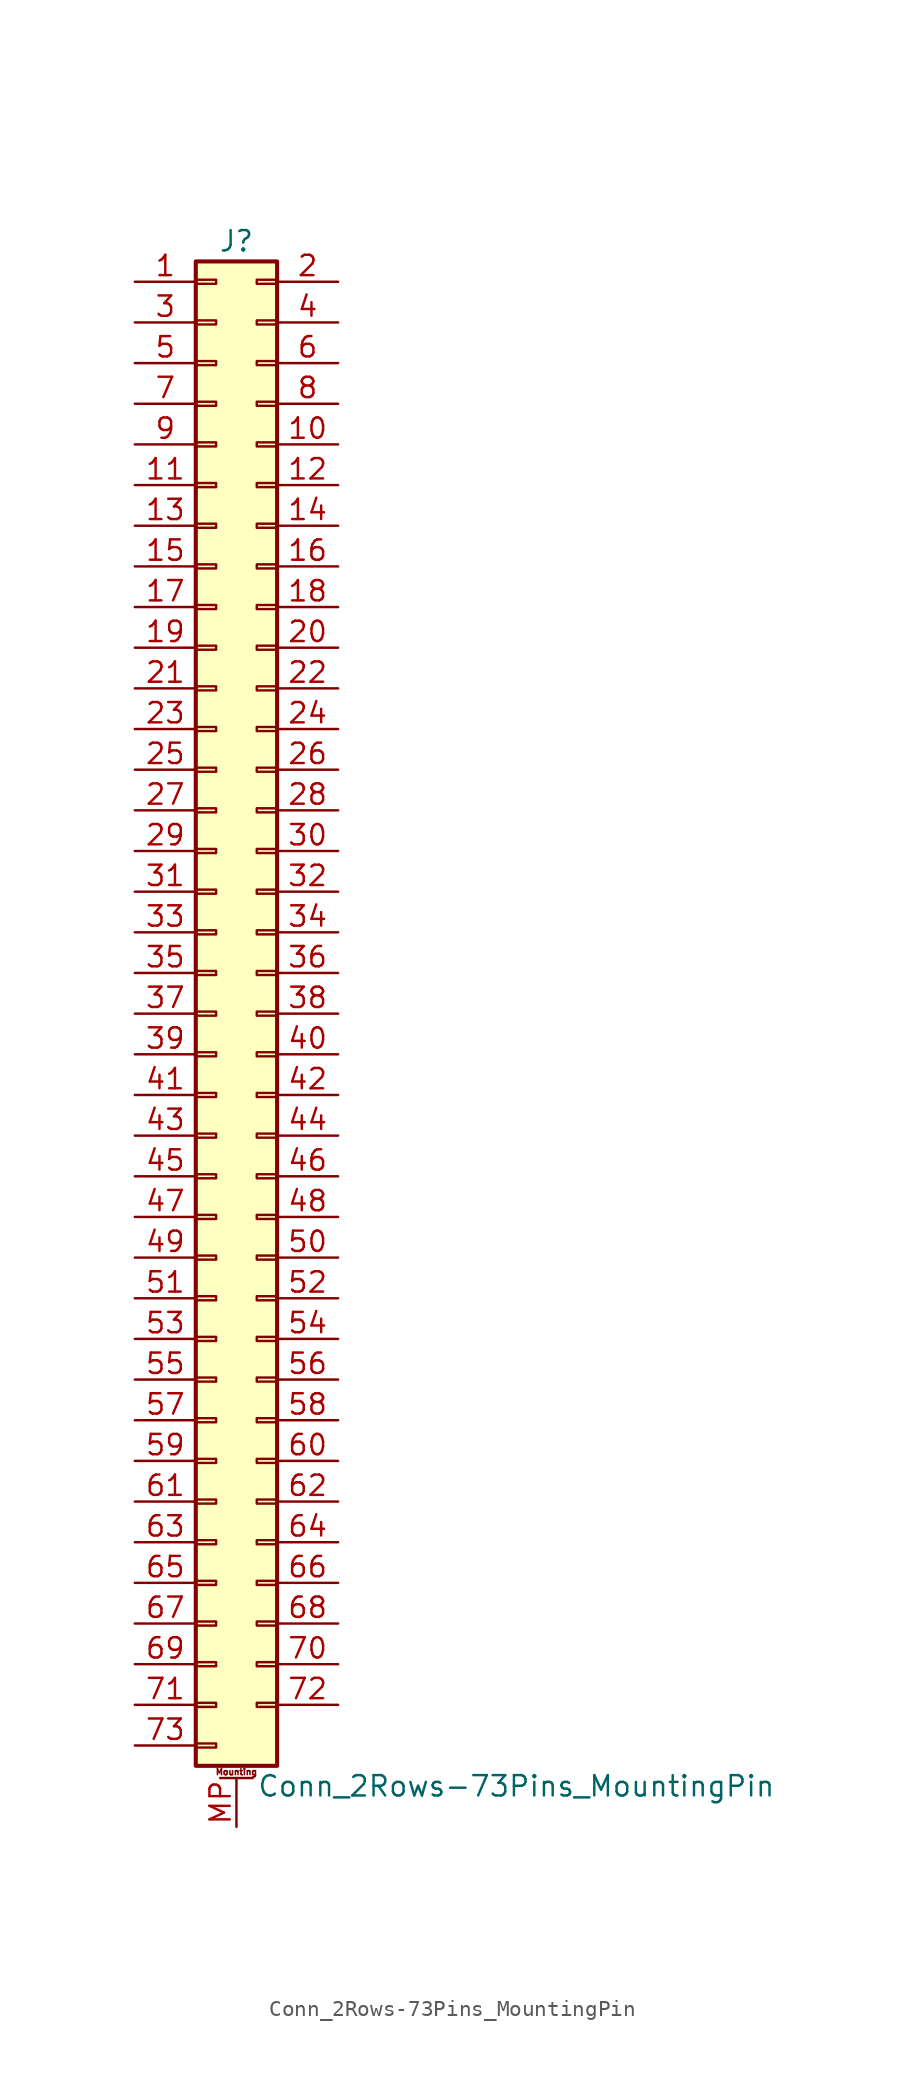
<source format=kicad_sym>
(kicad_symbol_lib
  (version 20220914)
  (generator kicad_symbol_editor)
  (symbol "Conn_2Rows-73Pins_MountingPin"
    (pin_names
      (offset 1.016) hide)
    (property "Reference" "J"
      (at 1.27 48.26 0)
      (effects (font (size 1.27 1.27))))
    (property "Value" "Conn_2Rows-73Pins_MountingPin"
      (at 2.54 -48.26 0)
      (effects (font (size 1.27 1.27)) (justify left)))
    (symbol "Conn_2Rows-73Pins_MountingPin_1_1"
      (rectangle (start -1.27 -45.593) (end 0 -45.847) (stroke (width 0.152) (type default)) (fill (type none)))
      (rectangle (start -1.27 -43.053) (end 0 -43.307) (stroke (width 0.152) (type default)) (fill (type none)))
      (rectangle (start -1.27 -40.513) (end 0 -40.767) (stroke (width 0.152) (type default)) (fill (type none)))
      (rectangle (start -1.27 -37.973) (end 0 -38.227) (stroke (width 0.152) (type default)) (fill (type none)))
      (rectangle (start -1.27 -35.433) (end 0 -35.687) (stroke (width 0.152) (type default)) (fill (type none)))
      (rectangle (start -1.27 -32.893) (end 0 -33.147) (stroke (width 0.152) (type default)) (fill (type none)))
      (rectangle (start -1.27 -30.353) (end 0 -30.607) (stroke (width 0.152) (type default)) (fill (type none)))
      (rectangle (start -1.27 -27.813) (end 0 -28.067) (stroke (width 0.152) (type default)) (fill (type none)))
      (rectangle (start -1.27 -25.273) (end 0 -25.527) (stroke (width 0.152) (type default)) (fill (type none)))
      (rectangle (start -1.27 -22.733) (end 0 -22.987) (stroke (width 0.152) (type default)) (fill (type none)))
      (rectangle (start -1.27 -20.193) (end 0 -20.447) (stroke (width 0.152) (type default)) (fill (type none)))
      (rectangle (start -1.27 -17.653) (end 0 -17.907) (stroke (width 0.152) (type default)) (fill (type none)))
      (rectangle (start -1.27 -15.113) (end 0 -15.367) (stroke (width 0.152) (type default)) (fill (type none)))
      (rectangle (start -1.27 -12.573) (end 0 -12.827) (stroke (width 0.152) (type default)) (fill (type none)))
      (rectangle (start -1.27 -10.033) (end 0 -10.287) (stroke (width 0.152) (type default)) (fill (type none)))
      (rectangle (start -1.27 -7.493) (end 0 -7.747) (stroke (width 0.152) (type default)) (fill (type none)))
      (rectangle (start -1.27 -4.953) (end 0 -5.207) (stroke (width 0.152) (type default)) (fill (type none)))
      (rectangle (start -1.27 -2.413) (end 0 -2.667) (stroke (width 0.152) (type default)) (fill (type none)))
      (rectangle (start -1.27 0.127) (end 0 -0.127) (stroke (width 0.152) (type default)) (fill (type none)))
      (rectangle (start -1.27 2.667) (end 0 2.413) (stroke (width 0.152) (type default)) (fill (type none)))
      (rectangle (start -1.27 5.207) (end 0 4.953) (stroke (width 0.152) (type default)) (fill (type none)))
      (rectangle (start -1.27 7.747) (end 0 7.493) (stroke (width 0.152) (type default)) (fill (type none)))
      (rectangle (start -1.27 10.287) (end 0 10.033) (stroke (width 0.152) (type default)) (fill (type none)))
      (rectangle (start -1.27 12.827) (end 0 12.573) (stroke (width 0.152) (type default)) (fill (type none)))
      (rectangle (start -1.27 15.367) (end 0 15.113) (stroke (width 0.152) (type default)) (fill (type none)))
      (rectangle (start -1.27 17.907) (end 0 17.653) (stroke (width 0.152) (type default)) (fill (type none)))
      (rectangle (start -1.27 20.447) (end 0 20.193) (stroke (width 0.152) (type default)) (fill (type none)))
      (rectangle (start -1.27 22.987) (end 0 22.733) (stroke (width 0.152) (type default)) (fill (type none)))
      (rectangle (start -1.27 25.527) (end 0 25.273) (stroke (width 0.152) (type default)) (fill (type none)))
      (rectangle (start -1.27 28.067) (end 0 27.813) (stroke (width 0.152) (type default)) (fill (type none)))
      (rectangle (start -1.27 30.607) (end 0 30.353) (stroke (width 0.152) (type default)) (fill (type none)))
      (rectangle (start -1.27 33.147) (end 0 32.893) (stroke (width 0.152) (type default)) (fill (type none)))
      (rectangle (start -1.27 35.687) (end 0 35.433) (stroke (width 0.152) (type default)) (fill (type none)))
      (rectangle (start -1.27 38.227) (end 0 37.973) (stroke (width 0.152) (type default)) (fill (type none)))
      (rectangle (start -1.27 40.767) (end 0 40.513) (stroke (width 0.152) (type default)) (fill (type none)))
      (rectangle (start -1.27 43.307) (end 0 43.053) (stroke (width 0.152) (type default)) (fill (type none)))
      (rectangle (start -1.27 45.847) (end 0 45.593) (stroke (width 0.152) (type default)) (fill (type none)))
      (rectangle (start -1.27 46.99) (end 3.81 -46.99) (stroke (width 0.254) (type default)) (fill (type background)))
      (polyline (pts (xy 0.254 -47.752) (xy 2.286 -47.752)) (stroke (width 0.152) (type default)) (fill (type none)))
      (rectangle (start 3.81 -43.053) (end 2.54 -43.307) (stroke (width 0.152) (type default)) (fill (type none)))
      (rectangle (start 3.81 -40.513) (end 2.54 -40.767) (stroke (width 0.152) (type default)) (fill (type none)))
      (rectangle (start 3.81 -37.973) (end 2.54 -38.227) (stroke (width 0.152) (type default)) (fill (type none)))
      (rectangle (start 3.81 -35.433) (end 2.54 -35.687) (stroke (width 0.152) (type default)) (fill (type none)))
      (rectangle (start 3.81 -32.893) (end 2.54 -33.147) (stroke (width 0.152) (type default)) (fill (type none)))
      (rectangle (start 3.81 -30.353) (end 2.54 -30.607) (stroke (width 0.152) (type default)) (fill (type none)))
      (rectangle (start 3.81 -27.813) (end 2.54 -28.067) (stroke (width 0.152) (type default)) (fill (type none)))
      (rectangle (start 3.81 -25.273) (end 2.54 -25.527) (stroke (width 0.152) (type default)) (fill (type none)))
      (rectangle (start 3.81 -22.733) (end 2.54 -22.987) (stroke (width 0.152) (type default)) (fill (type none)))
      (rectangle (start 3.81 -20.193) (end 2.54 -20.447) (stroke (width 0.152) (type default)) (fill (type none)))
      (rectangle (start 3.81 -17.653) (end 2.54 -17.907) (stroke (width 0.152) (type default)) (fill (type none)))
      (rectangle (start 3.81 -15.113) (end 2.54 -15.367) (stroke (width 0.152) (type default)) (fill (type none)))
      (rectangle (start 3.81 -12.573) (end 2.54 -12.827) (stroke (width 0.152) (type default)) (fill (type none)))
      (rectangle (start 3.81 -10.033) (end 2.54 -10.287) (stroke (width 0.152) (type default)) (fill (type none)))
      (rectangle (start 3.81 -7.493) (end 2.54 -7.747) (stroke (width 0.152) (type default)) (fill (type none)))
      (rectangle (start 3.81 -4.953) (end 2.54 -5.207) (stroke (width 0.152) (type default)) (fill (type none)))
      (rectangle (start 3.81 -2.413) (end 2.54 -2.667) (stroke (width 0.152) (type default)) (fill (type none)))
      (rectangle (start 3.81 0.127) (end 2.54 -0.127) (stroke (width 0.152) (type default)) (fill (type none)))
      (rectangle (start 3.81 2.667) (end 2.54 2.413) (stroke (width 0.152) (type default)) (fill (type none)))
      (rectangle (start 3.81 5.207) (end 2.54 4.953) (stroke (width 0.152) (type default)) (fill (type none)))
      (rectangle (start 3.81 7.747) (end 2.54 7.493) (stroke (width 0.152) (type default)) (fill (type none)))
      (rectangle (start 3.81 10.287) (end 2.54 10.033) (stroke (width 0.152) (type default)) (fill (type none)))
      (rectangle (start 3.81 12.827) (end 2.54 12.573) (stroke (width 0.152) (type default)) (fill (type none)))
      (rectangle (start 3.81 15.367) (end 2.54 15.113) (stroke (width 0.152) (type default)) (fill (type none)))
      (rectangle (start 3.81 17.907) (end 2.54 17.653) (stroke (width 0.152) (type default)) (fill (type none)))
      (rectangle (start 3.81 20.447) (end 2.54 20.193) (stroke (width 0.152) (type default)) (fill (type none)))
      (rectangle (start 3.81 22.987) (end 2.54 22.733) (stroke (width 0.152) (type default)) (fill (type none)))
      (rectangle (start 3.81 25.527) (end 2.54 25.273) (stroke (width 0.152) (type default)) (fill (type none)))
      (rectangle (start 3.81 28.067) (end 2.54 27.813) (stroke (width 0.152) (type default)) (fill (type none)))
      (rectangle (start 3.81 30.607) (end 2.54 30.353) (stroke (width 0.152) (type default)) (fill (type none)))
      (rectangle (start 3.81 33.147) (end 2.54 32.893) (stroke (width 0.152) (type default)) (fill (type none)))
      (rectangle (start 3.81 35.687) (end 2.54 35.433) (stroke (width 0.152) (type default)) (fill (type none)))
      (rectangle (start 3.81 38.227) (end 2.54 37.973) (stroke (width 0.152) (type default)) (fill (type none)))
      (rectangle (start 3.81 40.767) (end 2.54 40.513) (stroke (width 0.152) (type default)) (fill (type none)))
      (rectangle (start 3.81 43.307) (end 2.54 43.053) (stroke (width 0.152) (type default)) (fill (type none)))
      (rectangle (start 3.81 45.847) (end 2.54 45.593) (stroke (width 0.152) (type default)) (fill (type none)))
      (text "Mounting" (at 1.27 -47.371 0) (effects (font (size 0.381 0.381))))
      (pin passive line (at -5.08 45.72 0) (length 3.81) (name "Pin_1" (effects (font (size 1.27 1.27)))) (number "1" (effects (font (size 1.27 1.27)))))
      (pin passive line (at 7.62 35.56 180) (length 3.81) (name "Pin_10" (effects (font (size 1.27 1.27)))) (number "10" (effects (font (size 1.27 1.27)))))
      (pin passive line (at -5.08 33.02 0) (length 3.81) (name "Pin_11" (effects (font (size 1.27 1.27)))) (number "11" (effects (font (size 1.27 1.27)))))
      (pin passive line (at 7.62 33.02 180) (length 3.81) (name "Pin_12" (effects (font (size 1.27 1.27)))) (number "12" (effects (font (size 1.27 1.27)))))
      (pin passive line (at -5.08 30.48 0) (length 3.81) (name "Pin_13" (effects (font (size 1.27 1.27)))) (number "13" (effects (font (size 1.27 1.27)))))
      (pin passive line (at 7.62 30.48 180) (length 3.81) (name "Pin_14" (effects (font (size 1.27 1.27)))) (number "14" (effects (font (size 1.27 1.27)))))
      (pin passive line (at -5.08 27.94 0) (length 3.81) (name "Pin_15" (effects (font (size 1.27 1.27)))) (number "15" (effects (font (size 1.27 1.27)))))
      (pin passive line (at 7.62 27.94 180) (length 3.81) (name "Pin_16" (effects (font (size 1.27 1.27)))) (number "16" (effects (font (size 1.27 1.27)))))
      (pin passive line (at -5.08 25.4 0) (length 3.81) (name "Pin_17" (effects (font (size 1.27 1.27)))) (number "17" (effects (font (size 1.27 1.27)))))
      (pin passive line (at 7.62 25.4 180) (length 3.81) (name "Pin_18" (effects (font (size 1.27 1.27)))) (number "18" (effects (font (size 1.27 1.27)))))
      (pin passive line (at -5.08 22.86 0) (length 3.81) (name "Pin_19" (effects (font (size 1.27 1.27)))) (number "19" (effects (font (size 1.27 1.27)))))
      (pin passive line (at 7.62 45.72 180) (length 3.81) (name "Pin_2" (effects (font (size 1.27 1.27)))) (number "2" (effects (font (size 1.27 1.27)))))
      (pin passive line (at 7.62 22.86 180) (length 3.81) (name "Pin_20" (effects (font (size 1.27 1.27)))) (number "20" (effects (font (size 1.27 1.27)))))
      (pin passive line (at -5.08 20.32 0) (length 3.81) (name "Pin_21" (effects (font (size 1.27 1.27)))) (number "21" (effects (font (size 1.27 1.27)))))
      (pin passive line (at 7.62 20.32 180) (length 3.81) (name "Pin_22" (effects (font (size 1.27 1.27)))) (number "22" (effects (font (size 1.27 1.27)))))
      (pin passive line (at -5.08 17.78 0) (length 3.81) (name "Pin_23" (effects (font (size 1.27 1.27)))) (number "23" (effects (font (size 1.27 1.27)))))
      (pin passive line (at 7.62 17.78 180) (length 3.81) (name "Pin_24" (effects (font (size 1.27 1.27)))) (number "24" (effects (font (size 1.27 1.27)))))
      (pin passive line (at -5.08 15.24 0) (length 3.81) (name "Pin_25" (effects (font (size 1.27 1.27)))) (number "25" (effects (font (size 1.27 1.27)))))
      (pin passive line (at 7.62 15.24 180) (length 3.81) (name "Pin_26" (effects (font (size 1.27 1.27)))) (number "26" (effects (font (size 1.27 1.27)))))
      (pin passive line (at -5.08 12.7 0) (length 3.81) (name "Pin_27" (effects (font (size 1.27 1.27)))) (number "27" (effects (font (size 1.27 1.27)))))
      (pin passive line (at 7.62 12.7 180) (length 3.81) (name "Pin_28" (effects (font (size 1.27 1.27)))) (number "28" (effects (font (size 1.27 1.27)))))
      (pin passive line (at -5.08 10.16 0) (length 3.81) (name "Pin_29" (effects (font (size 1.27 1.27)))) (number "29" (effects (font (size 1.27 1.27)))))
      (pin passive line (at -5.08 43.18 0) (length 3.81) (name "Pin_3" (effects (font (size 1.27 1.27)))) (number "3" (effects (font (size 1.27 1.27)))))
      (pin passive line (at 7.62 10.16 180) (length 3.81) (name "Pin_30" (effects (font (size 1.27 1.27)))) (number "30" (effects (font (size 1.27 1.27)))))
      (pin passive line (at -5.08 7.62 0) (length 3.81) (name "Pin_31" (effects (font (size 1.27 1.27)))) (number "31" (effects (font (size 1.27 1.27)))))
      (pin passive line (at 7.62 7.62 180) (length 3.81) (name "Pin_32" (effects (font (size 1.27 1.27)))) (number "32" (effects (font (size 1.27 1.27)))))
      (pin passive line (at -5.08 5.08 0) (length 3.81) (name "Pin_33" (effects (font (size 1.27 1.27)))) (number "33" (effects (font (size 1.27 1.27)))))
      (pin passive line (at 7.62 5.08 180) (length 3.81) (name "Pin_34" (effects (font (size 1.27 1.27)))) (number "34" (effects (font (size 1.27 1.27)))))
      (pin passive line (at -5.08 2.54 0) (length 3.81) (name "Pin_35" (effects (font (size 1.27 1.27)))) (number "35" (effects (font (size 1.27 1.27)))))
      (pin passive line (at 7.62 2.54 180) (length 3.81) (name "Pin_36" (effects (font (size 1.27 1.27)))) (number "36" (effects (font (size 1.27 1.27)))))
      (pin passive line (at -5.08 0 0) (length 3.81) (name "Pin_37" (effects (font (size 1.27 1.27)))) (number "37" (effects (font (size 1.27 1.27)))))
      (pin passive line (at 7.62 0 180) (length 3.81) (name "Pin_38" (effects (font (size 1.27 1.27)))) (number "38" (effects (font (size 1.27 1.27)))))
      (pin passive line (at -5.08 -2.54 0) (length 3.81) (name "Pin_39" (effects (font (size 1.27 1.27)))) (number "39" (effects (font (size 1.27 1.27)))))
      (pin passive line (at 7.62 43.18 180) (length 3.81) (name "Pin_4" (effects (font (size 1.27 1.27)))) (number "4" (effects (font (size 1.27 1.27)))))
      (pin passive line (at 7.62 -2.54 180) (length 3.81) (name "Pin_40" (effects (font (size 1.27 1.27)))) (number "40" (effects (font (size 1.27 1.27)))))
      (pin passive line (at -5.08 -5.08 0) (length 3.81) (name "Pin_41" (effects (font (size 1.27 1.27)))) (number "41" (effects (font (size 1.27 1.27)))))
      (pin passive line (at 7.62 -5.08 180) (length 3.81) (name "Pin_42" (effects (font (size 1.27 1.27)))) (number "42" (effects (font (size 1.27 1.27)))))
      (pin passive line (at -5.08 -7.62 0) (length 3.81) (name "Pin_43" (effects (font (size 1.27 1.27)))) (number "43" (effects (font (size 1.27 1.27)))))
      (pin passive line (at 7.62 -7.62 180) (length 3.81) (name "Pin_44" (effects (font (size 1.27 1.27)))) (number "44" (effects (font (size 1.27 1.27)))))
      (pin passive line (at -5.08 -10.16 0) (length 3.81) (name "Pin_45" (effects (font (size 1.27 1.27)))) (number "45" (effects (font (size 1.27 1.27)))))
      (pin passive line (at 7.62 -10.16 180) (length 3.81) (name "Pin_46" (effects (font (size 1.27 1.27)))) (number "46" (effects (font (size 1.27 1.27)))))
      (pin passive line (at -5.08 -12.7 0) (length 3.81) (name "Pin_47" (effects (font (size 1.27 1.27)))) (number "47" (effects (font (size 1.27 1.27)))))
      (pin passive line (at 7.62 -12.7 180) (length 3.81) (name "Pin_48" (effects (font (size 1.27 1.27)))) (number "48" (effects (font (size 1.27 1.27)))))
      (pin passive line (at -5.08 -15.24 0) (length 3.81) (name "Pin_49" (effects (font (size 1.27 1.27)))) (number "49" (effects (font (size 1.27 1.27)))))
      (pin passive line (at -5.08 40.64 0) (length 3.81) (name "Pin_5" (effects (font (size 1.27 1.27)))) (number "5" (effects (font (size 1.27 1.27)))))
      (pin passive line (at 7.62 -15.24 180) (length 3.81) (name "Pin_50" (effects (font (size 1.27 1.27)))) (number "50" (effects (font (size 1.27 1.27)))))
      (pin passive line (at -5.08 -17.78 0) (length 3.81) (name "Pin_51" (effects (font (size 1.27 1.27)))) (number "51" (effects (font (size 1.27 1.27)))))
      (pin passive line (at 7.62 -17.78 180) (length 3.81) (name "Pin_52" (effects (font (size 1.27 1.27)))) (number "52" (effects (font (size 1.27 1.27)))))
      (pin passive line (at -5.08 -20.32 0) (length 3.81) (name "Pin_53" (effects (font (size 1.27 1.27)))) (number "53" (effects (font (size 1.27 1.27)))))
      (pin passive line (at 7.62 -20.32 180) (length 3.81) (name "Pin_54" (effects (font (size 1.27 1.27)))) (number "54" (effects (font (size 1.27 1.27)))))
      (pin passive line (at -5.08 -22.86 0) (length 3.81) (name "Pin_55" (effects (font (size 1.27 1.27)))) (number "55" (effects (font (size 1.27 1.27)))))
      (pin passive line (at 7.62 -22.86 180) (length 3.81) (name "Pin_56" (effects (font (size 1.27 1.27)))) (number "56" (effects (font (size 1.27 1.27)))))
      (pin passive line (at -5.08 -25.4 0) (length 3.81) (name "Pin_57" (effects (font (size 1.27 1.27)))) (number "57" (effects (font (size 1.27 1.27)))))
      (pin passive line (at 7.62 -25.4 180) (length 3.81) (name "Pin_58" (effects (font (size 1.27 1.27)))) (number "58" (effects (font (size 1.27 1.27)))))
      (pin passive line (at -5.08 -27.94 0) (length 3.81) (name "Pin_59" (effects (font (size 1.27 1.27)))) (number "59" (effects (font (size 1.27 1.27)))))
      (pin passive line (at 7.62 40.64 180) (length 3.81) (name "Pin_6" (effects (font (size 1.27 1.27)))) (number "6" (effects (font (size 1.27 1.27)))))
      (pin passive line (at 7.62 -27.94 180) (length 3.81) (name "Pin_60" (effects (font (size 1.27 1.27)))) (number "60" (effects (font (size 1.27 1.27)))))
      (pin passive line (at -5.08 -30.48 0) (length 3.81) (name "Pin_61" (effects (font (size 1.27 1.27)))) (number "61" (effects (font (size 1.27 1.27)))))
      (pin passive line (at 7.62 -30.48 180) (length 3.81) (name "Pin_62" (effects (font (size 1.27 1.27)))) (number "62" (effects (font (size 1.27 1.27)))))
      (pin passive line (at -5.08 -33.02 0) (length 3.81) (name "Pin_63" (effects (font (size 1.27 1.27)))) (number "63" (effects (font (size 1.27 1.27)))))
      (pin passive line (at 7.62 -33.02 180) (length 3.81) (name "Pin_64" (effects (font (size 1.27 1.27)))) (number "64" (effects (font (size 1.27 1.27)))))
      (pin passive line (at -5.08 -35.56 0) (length 3.81) (name "Pin_65" (effects (font (size 1.27 1.27)))) (number "65" (effects (font (size 1.27 1.27)))))
      (pin passive line (at 7.62 -35.56 180) (length 3.81) (name "Pin_66" (effects (font (size 1.27 1.27)))) (number "66" (effects (font (size 1.27 1.27)))))
      (pin passive line (at -5.08 -38.1 0) (length 3.81) (name "Pin_67" (effects (font (size 1.27 1.27)))) (number "67" (effects (font (size 1.27 1.27)))))
      (pin passive line (at 7.62 -38.1 180) (length 3.81) (name "Pin_68" (effects (font (size 1.27 1.27)))) (number "68" (effects (font (size 1.27 1.27)))))
      (pin passive line (at -5.08 -40.64 0) (length 3.81) (name "Pin_69" (effects (font (size 1.27 1.27)))) (number "69" (effects (font (size 1.27 1.27)))))
      (pin passive line (at -5.08 38.1 0) (length 3.81) (name "Pin_7" (effects (font (size 1.27 1.27)))) (number "7" (effects (font (size 1.27 1.27)))))
      (pin passive line (at 7.62 -40.64 180) (length 3.81) (name "Pin_70" (effects (font (size 1.27 1.27)))) (number "70" (effects (font (size 1.27 1.27)))))
      (pin passive line (at -5.08 -43.18 0) (length 3.81) (name "Pin_71" (effects (font (size 1.27 1.27)))) (number "71" (effects (font (size 1.27 1.27)))))
      (pin passive line (at 7.62 -43.18 180) (length 3.81) (name "Pin_72" (effects (font (size 1.27 1.27)))) (number "72" (effects (font (size 1.27 1.27)))))
      (pin passive line (at -5.08 -45.72 0) (length 3.81) (name "Pin_73" (effects (font (size 1.27 1.27)))) (number "73" (effects (font (size 1.27 1.27)))))
      (pin passive line (at 7.62 38.1 180) (length 3.81) (name "Pin_8" (effects (font (size 1.27 1.27)))) (number "8" (effects (font (size 1.27 1.27)))))
      (pin passive line (at -5.08 35.56 0) (length 3.81) (name "Pin_9" (effects (font (size 1.27 1.27)))) (number "9" (effects (font (size 1.27 1.27)))))
      (pin passive line (at 1.27 -50.8 90) (length 3.048) (name "MountPin" (effects (font (size 1.27 1.27)))) (number "MP" (effects (font (size 1.27 1.27))))))))
</source>
